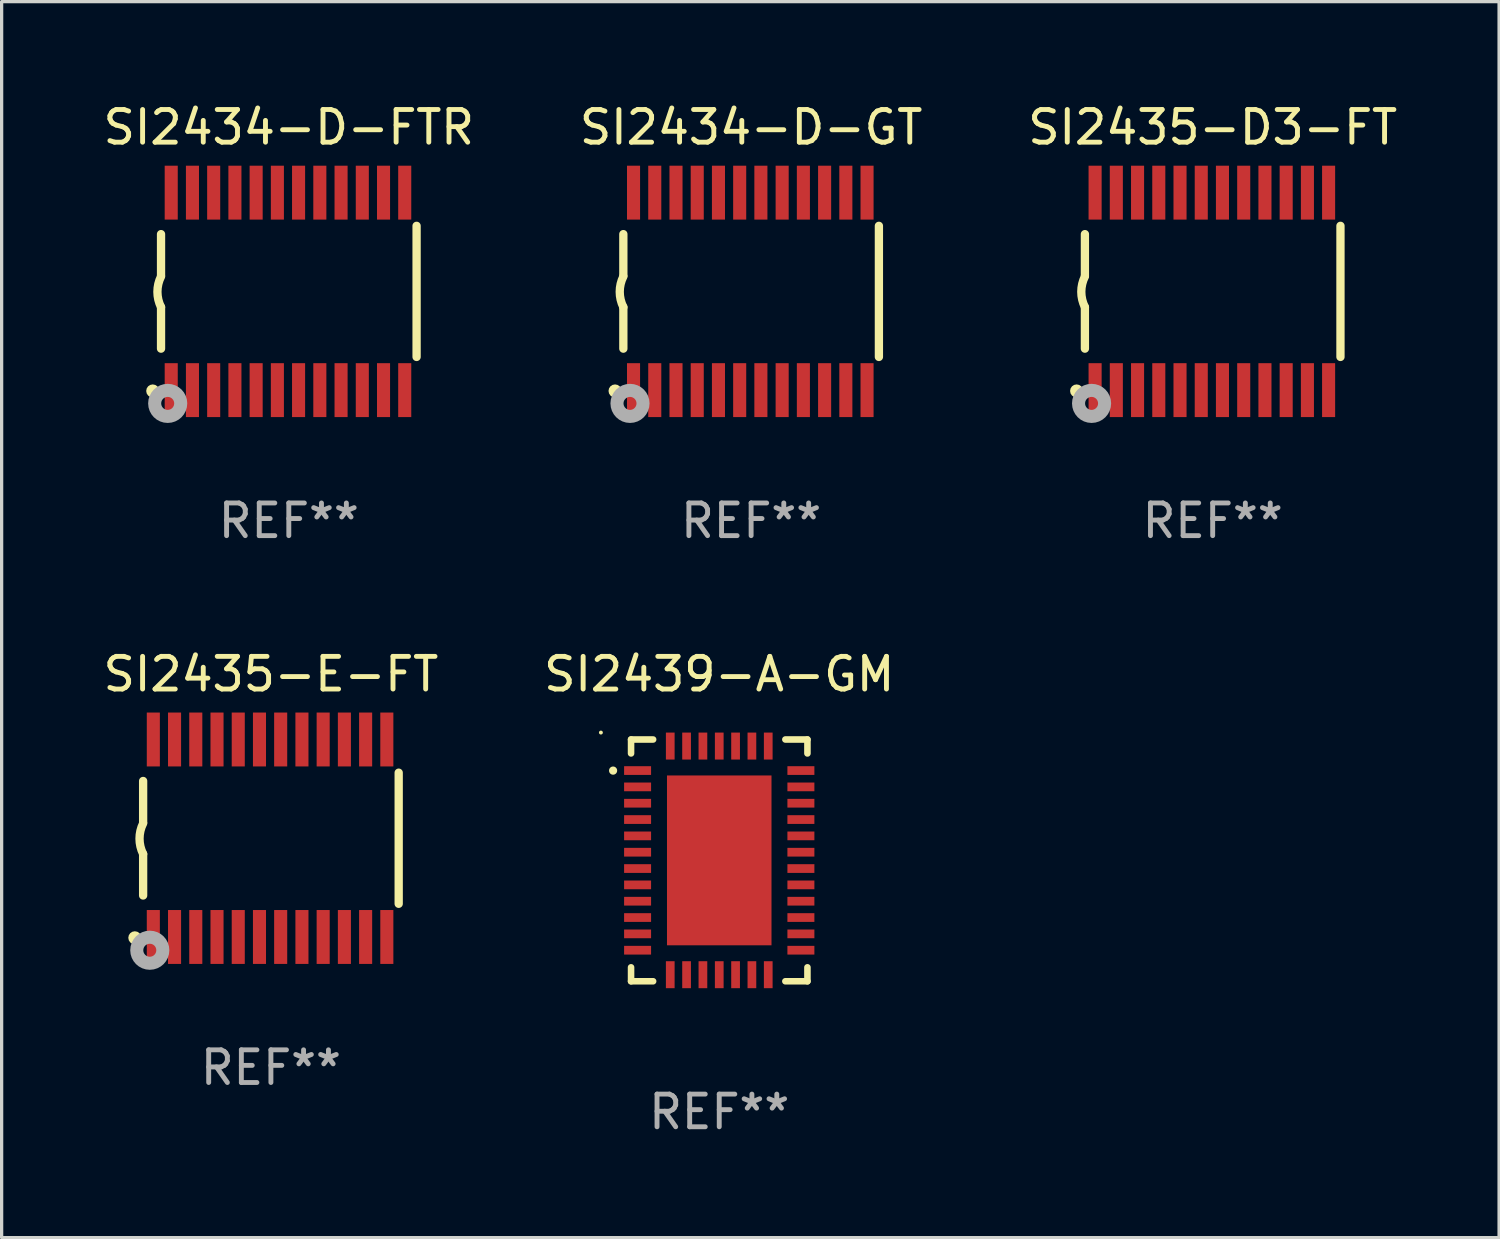
<source format=kicad_pcb>
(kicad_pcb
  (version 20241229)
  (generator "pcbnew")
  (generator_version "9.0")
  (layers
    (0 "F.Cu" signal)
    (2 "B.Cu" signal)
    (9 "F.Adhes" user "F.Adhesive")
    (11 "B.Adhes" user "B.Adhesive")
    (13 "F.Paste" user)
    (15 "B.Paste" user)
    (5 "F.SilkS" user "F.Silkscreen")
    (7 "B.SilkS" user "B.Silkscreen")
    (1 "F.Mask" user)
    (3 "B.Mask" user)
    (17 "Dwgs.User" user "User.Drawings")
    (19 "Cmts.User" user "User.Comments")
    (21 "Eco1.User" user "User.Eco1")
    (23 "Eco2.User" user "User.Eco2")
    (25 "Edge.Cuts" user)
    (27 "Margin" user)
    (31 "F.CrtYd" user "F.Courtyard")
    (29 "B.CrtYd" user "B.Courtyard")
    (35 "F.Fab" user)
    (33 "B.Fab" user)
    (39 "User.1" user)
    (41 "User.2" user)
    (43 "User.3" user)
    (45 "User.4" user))
  (footprint "SI2435-D3-FT"
    (layer "F.Cu")
    (at 34.077 5.871)
    (property "Reference" "SI2435-D3-FT" (at 0 -5.023 0) (layer "F.SilkS") (effects (font (size 1 1) (thickness 0.15))))
    (attr through_hole)
    (fp_line (start -3.912 -0.483) (end -3.912 -1.753) (stroke (width 0.254) (type solid)) (layer "F.SilkS"))
    (fp_line (start -3.912 1.753) (end -3.912 0.483) (stroke (width 0.254) (type solid)) (layer "F.SilkS"))
    (fp_line (start 3.912 -2.007) (end 3.912 2.007) (stroke (width 0.254) (type solid)) (layer "F.SilkS"))
    (fp_arc (start -3.911608 0.482601) (mid -4.022537 0.0127) (end -3.911608 -0.457201) (stroke (width 0.254001) (type solid)) (layer "F.SilkS"))
    (fp_circle (center -4.166 3.048) (end -4.066 3.048) (stroke (width 0.2) (type solid)) (fill no) (layer "F.SilkS"))
    (fp_circle (center -3.925 3.186) (end -3.895 3.186) (stroke (width 0.06) (type solid)) (fill no) (layer "F.SilkS"))
    (fp_circle (center -3.708 3.429) (end -3.509 3.429) (stroke (width 0.4) (type solid)) (fill no) (layer "F.Fab"))
    (fp_text user "REF**" (at 0 7.023 0) (layer "F.Fab") (effects (font (size 1 1) (thickness 0.15))))
    (pad "1" smd rect (at -3.6 3.023) (size 0.4 1.65) (layers "F.Cu" "F.Mask" "F.Paste"))
    (pad "2" smd rect (at -2.95 3.023) (size 0.4 1.65) (layers "F.Cu" "F.Mask" "F.Paste"))
    (pad "3" smd rect (at -2.3 3.023) (size 0.4 1.65) (layers "F.Cu" "F.Mask" "F.Paste"))
    (pad "4" smd rect (at -1.65 3.023) (size 0.4 1.65) (layers "F.Cu" "F.Mask" "F.Paste"))
    (pad "5" smd rect (at -1 3.023) (size 0.4 1.65) (layers "F.Cu" "F.Mask" "F.Paste"))
    (pad "6" smd rect (at -0.35 3.023) (size 0.4 1.65) (layers "F.Cu" "F.Mask" "F.Paste"))
    (pad "7" smd rect (at 0.299 3.023) (size 0.4 1.65) (layers "F.Cu" "F.Mask" "F.Paste"))
    (pad "8" smd rect (at 0.95 3.023) (size 0.4 1.65) (layers "F.Cu" "F.Mask" "F.Paste"))
    (pad "9" smd rect (at 1.6 3.023) (size 0.4 1.65) (layers "F.Cu" "F.Mask" "F.Paste"))
    (pad "10" smd rect (at 2.25 3.023) (size 0.4 1.65) (layers "F.Cu" "F.Mask" "F.Paste"))
    (pad "11" smd rect (at 2.9 3.023) (size 0.4 1.65) (layers "F.Cu" "F.Mask" "F.Paste"))
    (pad "12" smd rect (at 3.549 3.023) (size 0.4 1.65) (layers "F.Cu" "F.Mask" "F.Paste"))
    (pad "13" smd rect (at 3.549 -3.023) (size 0.4 1.65) (layers "F.Cu" "F.Mask" "F.Paste"))
    (pad "14" smd rect (at 2.9 -3.023) (size 0.4 1.65) (layers "F.Cu" "F.Mask" "F.Paste"))
    (pad "15" smd rect (at 2.25 -3.023) (size 0.4 1.65) (layers "F.Cu" "F.Mask" "F.Paste"))
    (pad "16" smd rect (at 1.6 -3.023) (size 0.4 1.65) (layers "F.Cu" "F.Mask" "F.Paste"))
    (pad "17" smd rect (at 0.95 -3.023) (size 0.4 1.65) (layers "F.Cu" "F.Mask" "F.Paste"))
    (pad "18" smd rect (at 0.299 -3.023) (size 0.4 1.65) (layers "F.Cu" "F.Mask" "F.Paste"))
    (pad "19" smd rect (at -0.35 -3.023) (size 0.4 1.65) (layers "F.Cu" "F.Mask" "F.Paste"))
    (pad "20" smd rect (at -1 -3.023) (size 0.4 1.65) (layers "F.Cu" "F.Mask" "F.Paste"))
    (pad "21" smd rect (at -1.65 -3.023) (size 0.4 1.65) (layers "F.Cu" "F.Mask" "F.Paste"))
    (pad "22" smd rect (at -2.3 -3.023) (size 0.4 1.65) (layers "F.Cu" "F.Mask" "F.Paste"))
    (pad "23" smd rect (at -2.95 -3.023) (size 0.4 1.65) (layers "F.Cu" "F.Mask" "F.Paste"))
    (pad "24" smd rect (at -3.6 -3.023) (size 0.4 1.65) (layers "F.Cu" "F.Mask" "F.Paste")))
  (footprint "SI2435-E-FT"
    (layer "F.Cu")
    (at 5.244 22.613)
    (property "Reference" "SI2435-E-FT" (at 0 -5.023 0) (layer "F.SilkS") (effects (font (size 1 1) (thickness 0.15))))
    (attr through_hole)
    (fp_line (start -3.912 -0.483) (end -3.912 -1.753) (stroke (width 0.254) (type solid)) (layer "F.SilkS"))
    (fp_line (start -3.912 1.753) (end -3.912 0.483) (stroke (width 0.254) (type solid)) (layer "F.SilkS"))
    (fp_line (start 3.912 -2.007) (end 3.912 2.007) (stroke (width 0.254) (type solid)) (layer "F.SilkS"))
    (fp_arc (start -3.911608 0.482601) (mid -4.022537 0.0127) (end -3.911608 -0.457201) (stroke (width 0.254001) (type solid)) (layer "F.SilkS"))
    (fp_circle (center -4.166 3.048) (end -4.066 3.048) (stroke (width 0.2) (type solid)) (fill no) (layer "F.SilkS"))
    (fp_circle (center -3.925 3.186) (end -3.895 3.186) (stroke (width 0.06) (type solid)) (fill no) (layer "F.SilkS"))
    (fp_circle (center -3.708 3.429) (end -3.509 3.429) (stroke (width 0.4) (type solid)) (fill no) (layer "F.Fab"))
    (fp_text user "REF**" (at 0 7.023 0) (layer "F.Fab") (effects (font (size 1 1) (thickness 0.15))))
    (pad "1" smd rect (at -3.6 3.023) (size 0.4 1.65) (layers "F.Cu" "F.Mask" "F.Paste"))
    (pad "2" smd rect (at -2.95 3.023) (size 0.4 1.65) (layers "F.Cu" "F.Mask" "F.Paste"))
    (pad "3" smd rect (at -2.3 3.023) (size 0.4 1.65) (layers "F.Cu" "F.Mask" "F.Paste"))
    (pad "4" smd rect (at -1.65 3.023) (size 0.4 1.65) (layers "F.Cu" "F.Mask" "F.Paste"))
    (pad "5" smd rect (at -1 3.023) (size 0.4 1.65) (layers "F.Cu" "F.Mask" "F.Paste"))
    (pad "6" smd rect (at -0.35 3.023) (size 0.4 1.65) (layers "F.Cu" "F.Mask" "F.Paste"))
    (pad "7" smd rect (at 0.299 3.023) (size 0.4 1.65) (layers "F.Cu" "F.Mask" "F.Paste"))
    (pad "8" smd rect (at 0.95 3.023) (size 0.4 1.65) (layers "F.Cu" "F.Mask" "F.Paste"))
    (pad "9" smd rect (at 1.6 3.023) (size 0.4 1.65) (layers "F.Cu" "F.Mask" "F.Paste"))
    (pad "10" smd rect (at 2.25 3.023) (size 0.4 1.65) (layers "F.Cu" "F.Mask" "F.Paste"))
    (pad "11" smd rect (at 2.9 3.023) (size 0.4 1.65) (layers "F.Cu" "F.Mask" "F.Paste"))
    (pad "12" smd rect (at 3.549 3.023) (size 0.4 1.65) (layers "F.Cu" "F.Mask" "F.Paste"))
    (pad "13" smd rect (at 3.549 -3.023) (size 0.4 1.65) (layers "F.Cu" "F.Mask" "F.Paste"))
    (pad "14" smd rect (at 2.9 -3.023) (size 0.4 1.65) (layers "F.Cu" "F.Mask" "F.Paste"))
    (pad "15" smd rect (at 2.25 -3.023) (size 0.4 1.65) (layers "F.Cu" "F.Mask" "F.Paste"))
    (pad "16" smd rect (at 1.6 -3.023) (size 0.4 1.65) (layers "F.Cu" "F.Mask" "F.Paste"))
    (pad "17" smd rect (at 0.95 -3.023) (size 0.4 1.65) (layers "F.Cu" "F.Mask" "F.Paste"))
    (pad "18" smd rect (at 0.299 -3.023) (size 0.4 1.65) (layers "F.Cu" "F.Mask" "F.Paste"))
    (pad "19" smd rect (at -0.35 -3.023) (size 0.4 1.65) (layers "F.Cu" "F.Mask" "F.Paste"))
    (pad "20" smd rect (at -1 -3.023) (size 0.4 1.65) (layers "F.Cu" "F.Mask" "F.Paste"))
    (pad "21" smd rect (at -1.65 -3.023) (size 0.4 1.65) (layers "F.Cu" "F.Mask" "F.Paste"))
    (pad "22" smd rect (at -2.3 -3.023) (size 0.4 1.65) (layers "F.Cu" "F.Mask" "F.Paste"))
    (pad "23" smd rect (at -2.95 -3.023) (size 0.4 1.65) (layers "F.Cu" "F.Mask" "F.Paste"))
    (pad "24" smd rect (at -3.6 -3.023) (size 0.4 1.65) (layers "F.Cu" "F.Mask" "F.Paste")))
  (footprint "SI2439-A-GM"
    (layer "F.Cu")
    (at 18.97 23.291)
    (property "Reference" "SI2439-A-GM" (at 0 -5.701 0) (layer "F.SilkS") (effects (font (size 1 1) (thickness 0.15))))
    (attr through_hole)
    (fp_line (start -2.7 -3.701) (end -2.024 -3.701) (stroke (width 0.201) (type solid)) (layer "F.SilkS"))
    (fp_line (start -2.7 -3.274) (end -2.7 -3.701) (stroke (width 0.201) (type solid)) (layer "F.SilkS"))
    (fp_line (start -2.7 3.274) (end -2.7 3.701) (stroke (width 0.201) (type solid)) (layer "F.SilkS"))
    (fp_line (start -2.7 3.701) (end -2.024 3.701) (stroke (width 0.201) (type solid)) (layer "F.SilkS"))
    (fp_line (start 2.024 -3.701) (end 2.7 -3.701) (stroke (width 0.201) (type solid)) (layer "F.SilkS"))
    (fp_line (start 2.024 3.701) (end 2.7 3.701) (stroke (width 0.201) (type solid)) (layer "F.SilkS"))
    (fp_line (start 2.7 -3.701) (end 2.7 -3.274) (stroke (width 0.201) (type solid)) (layer "F.SilkS"))
    (fp_line (start 2.7 3.701) (end 2.7 3.274) (stroke (width 0.201) (type solid)) (layer "F.SilkS"))
    (fp_arc (start -3.250013 -2.747473) (mid -3.250019 -2.748743) (end -3.250013 -2.750013) (stroke (width 0.24892) (type solid)) (layer "F.SilkS"))
    (fp_circle (center -3.623 -3.913) (end -3.593 -3.913) (stroke (width 0.06) (type solid)) (fill no) (layer "F.SilkS"))
    (fp_text user "REF**" (at 0 7.701 0) (layer "F.Fab") (effects (font (size 1 1) (thickness 0.15))))
    (pad "1" smd rect (at -2.5 -2.75 90) (size 0.267 0.826) (layers "F.Cu" "F.Mask" "F.Paste"))
    (pad "2" smd rect (at -2.5 -2.25 90) (size 0.267 0.826) (layers "F.Cu" "F.Mask" "F.Paste"))
    (pad "3" smd rect (at -2.5 -1.75 90) (size 0.267 0.826) (layers "F.Cu" "F.Mask" "F.Paste"))
    (pad "4" smd rect (at -2.5 -1.25 90) (size 0.267 0.826) (layers "F.Cu" "F.Mask" "F.Paste"))
    (pad "5" smd rect (at -2.5 -0.75 90) (size 0.267 0.826) (layers "F.Cu" "F.Mask" "F.Paste"))
    (pad "6" smd rect (at -2.5 -0.25 90) (size 0.267 0.826) (layers "F.Cu" "F.Mask" "F.Paste"))
    (pad "7" smd rect (at -2.5 0.25 90) (size 0.267 0.826) (layers "F.Cu" "F.Mask" "F.Paste"))
    (pad "8" smd rect (at -2.5 0.75 90) (size 0.267 0.826) (layers "F.Cu" "F.Mask" "F.Paste"))
    (pad "9" smd rect (at -2.5 1.25 90) (size 0.267 0.826) (layers "F.Cu" "F.Mask" "F.Paste"))
    (pad "10" smd rect (at -2.5 1.75 90) (size 0.267 0.826) (layers "F.Cu" "F.Mask" "F.Paste"))
    (pad "11" smd rect (at -2.5 2.25 90) (size 0.267 0.826) (layers "F.Cu" "F.Mask" "F.Paste"))
    (pad "12" smd rect (at -2.5 2.75 90) (size 0.267 0.826) (layers "F.Cu" "F.Mask" "F.Paste"))
    (pad "13" smd rect (at -1.5 3.5) (size 0.267 0.826) (layers "F.Cu" "F.Mask" "F.Paste"))
    (pad "14" smd rect (at -1 3.5) (size 0.267 0.826) (layers "F.Cu" "F.Mask" "F.Paste"))
    (pad "15" smd rect (at -0.5 3.5) (size 0.267 0.826) (layers "F.Cu" "F.Mask" "F.Paste"))
    (pad "16" smd rect (at 0 3.5) (size 0.267 0.826) (layers "F.Cu" "F.Mask" "F.Paste"))
    (pad "17" smd rect (at 0.5 3.5) (size 0.267 0.826) (layers "F.Cu" "F.Mask" "F.Paste"))
    (pad "18" smd rect (at 1 3.5) (size 0.267 0.826) (layers "F.Cu" "F.Mask" "F.Paste"))
    (pad "19" smd rect (at 1.5 3.5) (size 0.267 0.826) (layers "F.Cu" "F.Mask" "F.Paste"))
    (pad "20" smd rect (at 2.5 2.75 90) (size 0.267 0.826) (layers "F.Cu" "F.Mask" "F.Paste"))
    (pad "21" smd rect (at 2.5 2.25 90) (size 0.267 0.826) (layers "F.Cu" "F.Mask" "F.Paste"))
    (pad "22" smd rect (at 2.5 1.75 90) (size 0.267 0.826) (layers "F.Cu" "F.Mask" "F.Paste"))
    (pad "23" smd rect (at 2.5 1.25 90) (size 0.267 0.826) (layers "F.Cu" "F.Mask" "F.Paste"))
    (pad "24" smd rect (at 2.5 0.75 90) (size 0.267 0.826) (layers "F.Cu" "F.Mask" "F.Paste"))
    (pad "25" smd rect (at 2.5 0.25 90) (size 0.267 0.826) (layers "F.Cu" "F.Mask" "F.Paste"))
    (pad "26" smd rect (at 2.5 -0.25 90) (size 0.267 0.826) (layers "F.Cu" "F.Mask" "F.Paste"))
    (pad "27" smd rect (at 2.5 -0.75 90) (size 0.267 0.826) (layers "F.Cu" "F.Mask" "F.Paste"))
    (pad "28" smd rect (at 2.5 -1.25 90) (size 0.267 0.826) (layers "F.Cu" "F.Mask" "F.Paste"))
    (pad "29" smd rect (at 2.5 -1.75 90) (size 0.267 0.826) (layers "F.Cu" "F.Mask" "F.Paste"))
    (pad "30" smd rect (at 2.5 -2.25 90) (size 0.267 0.826) (layers "F.Cu" "F.Mask" "F.Paste"))
    (pad "31" smd rect (at 2.5 -2.75 90) (size 0.267 0.826) (layers "F.Cu" "F.Mask" "F.Paste"))
    (pad "32" smd rect (at 1.5 -3.5) (size 0.267 0.826) (layers "F.Cu" "F.Mask" "F.Paste"))
    (pad "33" smd rect (at 1 -3.5) (size 0.267 0.826) (layers "F.Cu" "F.Mask" "F.Paste"))
    (pad "34" smd rect (at 0.5 -3.5) (size 0.267 0.826) (layers "F.Cu" "F.Mask" "F.Paste"))
    (pad "35" smd rect (at 0 -3.5) (size 0.267 0.826) (layers "F.Cu" "F.Mask" "F.Paste"))
    (pad "36" smd rect (at -0.5 -3.5) (size 0.267 0.826) (layers "F.Cu" "F.Mask" "F.Paste"))
    (pad "37" smd rect (at -1 -3.5) (size 0.267 0.826) (layers "F.Cu" "F.Mask" "F.Paste"))
    (pad "38" smd rect (at -1.5 -3.5) (size 0.267 0.826) (layers "F.Cu" "F.Mask" "F.Paste"))
    (pad "39" smd rect (at 0 0) (size 3.2 5.2) (layers "F.Cu" "F.Mask" "F.Paste")))
  (footprint "SI2434-D-GT"
    (layer "F.Cu")
    (at 19.946 5.871)
    (property "Reference" "SI2434-D-GT" (at 0 -5.023 0) (layer "F.SilkS") (effects (font (size 1 1) (thickness 0.15))))
    (attr through_hole)
    (fp_line (start -3.912 -0.483) (end -3.912 -1.753) (stroke (width 0.254) (type solid)) (layer "F.SilkS"))
    (fp_line (start -3.912 1.753) (end -3.912 0.483) (stroke (width 0.254) (type solid)) (layer "F.SilkS"))
    (fp_line (start 3.912 -2.007) (end 3.912 2.007) (stroke (width 0.254) (type solid)) (layer "F.SilkS"))
    (fp_arc (start -3.911608 0.482601) (mid -4.022537 0.0127) (end -3.911608 -0.457201) (stroke (width 0.254001) (type solid)) (layer "F.SilkS"))
    (fp_circle (center -4.166 3.048) (end -4.066 3.048) (stroke (width 0.2) (type solid)) (fill no) (layer "F.SilkS"))
    (fp_circle (center -3.925 3.186) (end -3.895 3.186) (stroke (width 0.06) (type solid)) (fill no) (layer "F.SilkS"))
    (fp_circle (center -3.708 3.429) (end -3.509 3.429) (stroke (width 0.4) (type solid)) (fill no) (layer "F.Fab"))
    (fp_text user "REF**" (at 0 7.023 0) (layer "F.Fab") (effects (font (size 1 1) (thickness 0.15))))
    (pad "1" smd rect (at -3.6 3.023) (size 0.4 1.65) (layers "F.Cu" "F.Mask" "F.Paste"))
    (pad "2" smd rect (at -2.95 3.023) (size 0.4 1.65) (layers "F.Cu" "F.Mask" "F.Paste"))
    (pad "3" smd rect (at -2.3 3.023) (size 0.4 1.65) (layers "F.Cu" "F.Mask" "F.Paste"))
    (pad "4" smd rect (at -1.65 3.023) (size 0.4 1.65) (layers "F.Cu" "F.Mask" "F.Paste"))
    (pad "5" smd rect (at -1 3.023) (size 0.4 1.65) (layers "F.Cu" "F.Mask" "F.Paste"))
    (pad "6" smd rect (at -0.35 3.023) (size 0.4 1.65) (layers "F.Cu" "F.Mask" "F.Paste"))
    (pad "7" smd rect (at 0.299 3.023) (size 0.4 1.65) (layers "F.Cu" "F.Mask" "F.Paste"))
    (pad "8" smd rect (at 0.95 3.023) (size 0.4 1.65) (layers "F.Cu" "F.Mask" "F.Paste"))
    (pad "9" smd rect (at 1.6 3.023) (size 0.4 1.65) (layers "F.Cu" "F.Mask" "F.Paste"))
    (pad "10" smd rect (at 2.25 3.023) (size 0.4 1.65) (layers "F.Cu" "F.Mask" "F.Paste"))
    (pad "11" smd rect (at 2.9 3.023) (size 0.4 1.65) (layers "F.Cu" "F.Mask" "F.Paste"))
    (pad "12" smd rect (at 3.549 3.023) (size 0.4 1.65) (layers "F.Cu" "F.Mask" "F.Paste"))
    (pad "13" smd rect (at 3.549 -3.023) (size 0.4 1.65) (layers "F.Cu" "F.Mask" "F.Paste"))
    (pad "14" smd rect (at 2.9 -3.023) (size 0.4 1.65) (layers "F.Cu" "F.Mask" "F.Paste"))
    (pad "15" smd rect (at 2.25 -3.023) (size 0.4 1.65) (layers "F.Cu" "F.Mask" "F.Paste"))
    (pad "16" smd rect (at 1.6 -3.023) (size 0.4 1.65) (layers "F.Cu" "F.Mask" "F.Paste"))
    (pad "17" smd rect (at 0.95 -3.023) (size 0.4 1.65) (layers "F.Cu" "F.Mask" "F.Paste"))
    (pad "18" smd rect (at 0.299 -3.023) (size 0.4 1.65) (layers "F.Cu" "F.Mask" "F.Paste"))
    (pad "19" smd rect (at -0.35 -3.023) (size 0.4 1.65) (layers "F.Cu" "F.Mask" "F.Paste"))
    (pad "20" smd rect (at -1 -3.023) (size 0.4 1.65) (layers "F.Cu" "F.Mask" "F.Paste"))
    (pad "21" smd rect (at -1.65 -3.023) (size 0.4 1.65) (layers "F.Cu" "F.Mask" "F.Paste"))
    (pad "22" smd rect (at -2.3 -3.023) (size 0.4 1.65) (layers "F.Cu" "F.Mask" "F.Paste"))
    (pad "23" smd rect (at -2.95 -3.023) (size 0.4 1.65) (layers "F.Cu" "F.Mask" "F.Paste"))
    (pad "24" smd rect (at -3.6 -3.023) (size 0.4 1.65) (layers "F.Cu" "F.Mask" "F.Paste")))
  (footprint "SI2434-D-FTR"
    (layer "F.Cu")
    (at 5.792 5.871)
    (property "Reference" "SI2434-D-FTR" (at 0 -5.023 0) (layer "F.SilkS") (effects (font (size 1 1) (thickness 0.15))))
    (attr through_hole)
    (fp_line (start -3.912 -0.483) (end -3.912 -1.753) (stroke (width 0.254) (type solid)) (layer "F.SilkS"))
    (fp_line (start -3.912 1.753) (end -3.912 0.483) (stroke (width 0.254) (type solid)) (layer "F.SilkS"))
    (fp_line (start 3.912 -2.007) (end 3.912 2.007) (stroke (width 0.254) (type solid)) (layer "F.SilkS"))
    (fp_arc (start -3.911608 0.482601) (mid -4.022537 0.0127) (end -3.911608 -0.457201) (stroke (width 0.254001) (type solid)) (layer "F.SilkS"))
    (fp_circle (center -4.166 3.048) (end -4.066 3.048) (stroke (width 0.2) (type solid)) (fill no) (layer "F.SilkS"))
    (fp_circle (center -3.925 3.186) (end -3.895 3.186) (stroke (width 0.06) (type solid)) (fill no) (layer "F.SilkS"))
    (fp_circle (center -3.708 3.429) (end -3.509 3.429) (stroke (width 0.4) (type solid)) (fill no) (layer "F.Fab"))
    (fp_text user "REF**" (at 0 7.023 0) (layer "F.Fab") (effects (font (size 1 1) (thickness 0.15))))
    (pad "1" smd rect (at -3.6 3.023) (size 0.4 1.65) (layers "F.Cu" "F.Mask" "F.Paste"))
    (pad "2" smd rect (at -2.95 3.023) (size 0.4 1.65) (layers "F.Cu" "F.Mask" "F.Paste"))
    (pad "3" smd rect (at -2.3 3.023) (size 0.4 1.65) (layers "F.Cu" "F.Mask" "F.Paste"))
    (pad "4" smd rect (at -1.65 3.023) (size 0.4 1.65) (layers "F.Cu" "F.Mask" "F.Paste"))
    (pad "5" smd rect (at -1 3.023) (size 0.4 1.65) (layers "F.Cu" "F.Mask" "F.Paste"))
    (pad "6" smd rect (at -0.35 3.023) (size 0.4 1.65) (layers "F.Cu" "F.Mask" "F.Paste"))
    (pad "7" smd rect (at 0.299 3.023) (size 0.4 1.65) (layers "F.Cu" "F.Mask" "F.Paste"))
    (pad "8" smd rect (at 0.95 3.023) (size 0.4 1.65) (layers "F.Cu" "F.Mask" "F.Paste"))
    (pad "9" smd rect (at 1.6 3.023) (size 0.4 1.65) (layers "F.Cu" "F.Mask" "F.Paste"))
    (pad "10" smd rect (at 2.25 3.023) (size 0.4 1.65) (layers "F.Cu" "F.Mask" "F.Paste"))
    (pad "11" smd rect (at 2.9 3.023) (size 0.4 1.65) (layers "F.Cu" "F.Mask" "F.Paste"))
    (pad "12" smd rect (at 3.549 3.023) (size 0.4 1.65) (layers "F.Cu" "F.Mask" "F.Paste"))
    (pad "13" smd rect (at 3.549 -3.023) (size 0.4 1.65) (layers "F.Cu" "F.Mask" "F.Paste"))
    (pad "14" smd rect (at 2.9 -3.023) (size 0.4 1.65) (layers "F.Cu" "F.Mask" "F.Paste"))
    (pad "15" smd rect (at 2.25 -3.023) (size 0.4 1.65) (layers "F.Cu" "F.Mask" "F.Paste"))
    (pad "16" smd rect (at 1.6 -3.023) (size 0.4 1.65) (layers "F.Cu" "F.Mask" "F.Paste"))
    (pad "17" smd rect (at 0.95 -3.023) (size 0.4 1.65) (layers "F.Cu" "F.Mask" "F.Paste"))
    (pad "18" smd rect (at 0.299 -3.023) (size 0.4 1.65) (layers "F.Cu" "F.Mask" "F.Paste"))
    (pad "19" smd rect (at -0.35 -3.023) (size 0.4 1.65) (layers "F.Cu" "F.Mask" "F.Paste"))
    (pad "20" smd rect (at -1 -3.023) (size 0.4 1.65) (layers "F.Cu" "F.Mask" "F.Paste"))
    (pad "21" smd rect (at -1.65 -3.023) (size 0.4 1.65) (layers "F.Cu" "F.Mask" "F.Paste"))
    (pad "22" smd rect (at -2.3 -3.023) (size 0.4 1.65) (layers "F.Cu" "F.Mask" "F.Paste"))
    (pad "23" smd rect (at -2.95 -3.023) (size 0.4 1.65) (layers "F.Cu" "F.Mask" "F.Paste"))
    (pad "24" smd rect (at -3.6 -3.023) (size 0.4 1.65) (layers "F.Cu" "F.Mask" "F.Paste")))
  (gr_rect
    (start -3 -3)
    (end 42.845 34.84)
    (stroke (width 0.1) (type default))
    (fill no)
    (layer "Edge.Cuts")))
</source>
